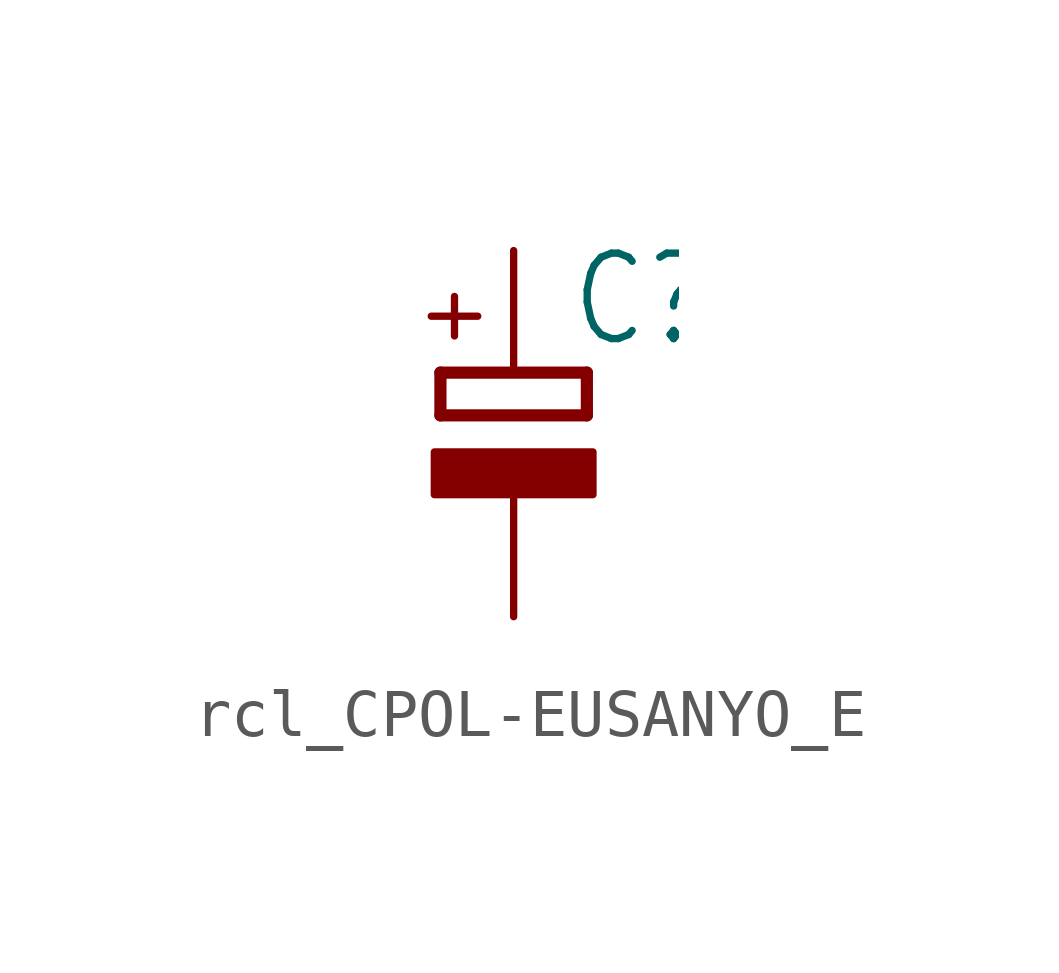
<source format=kicad_sym>
(kicad_symbol_lib
  (version 20241209)
  (generator "kicad_symbol_editor")
  (generator_version "9.0")
  (symbol "rcl_CPOL-EUSANYO_E"
    (property "Reference" "C"
      (at 1.143 0.483 0)
      (effects (font (size 1.778 1.511)) (justify left bottom)))
    (property "Value" ""
      (at 1.143 -4.597 0)
      (effects (font (size 1.778 1.511)) (justify left bottom)))
    (property "ki_locked" ""
      (at 0 0 0)
      (effects (font (size 1.27 1.27))))
    (symbol "rcl_CPOL-EUSANYO_E_1_0"
      (rectangle (start -1.651 -2.54) (end 1.651 -1.651) (stroke (width 0) (type default)) (fill (type outline)))
      (polyline (pts (xy -1.524 0) (xy -1.524 -0.889)) (stroke (width 0.254) (type solid)) (fill (type none)))
      (polyline (pts (xy -1.524 0) (xy 1.524 0)) (stroke (width 0.254) (type solid)) (fill (type none)))
      (polyline (pts (xy -1.524 -0.889) (xy 1.524 -0.889)) (stroke (width 0.254) (type solid)) (fill (type none)))
      (polyline (pts (xy 1.524 -0.889) (xy 1.524 0)) (stroke (width 0.254) (type solid)) (fill (type none)))
      (text "+" (at -0.584 0.406 900) (effects (font (size 1.27 1.079)) (justify left bottom)))
      (pin passive line (at 0 2.54 270) (length 2.54) (name "+" (effects (font (size 0 0)))) (number "+" (effects (font (size 0 0)))))
      (pin passive line (at 0 -5.08 90) (length 2.54) (name "-" (effects (font (size 0 0)))) (number "-" (effects (font (size 0 0))))))))
</source>
